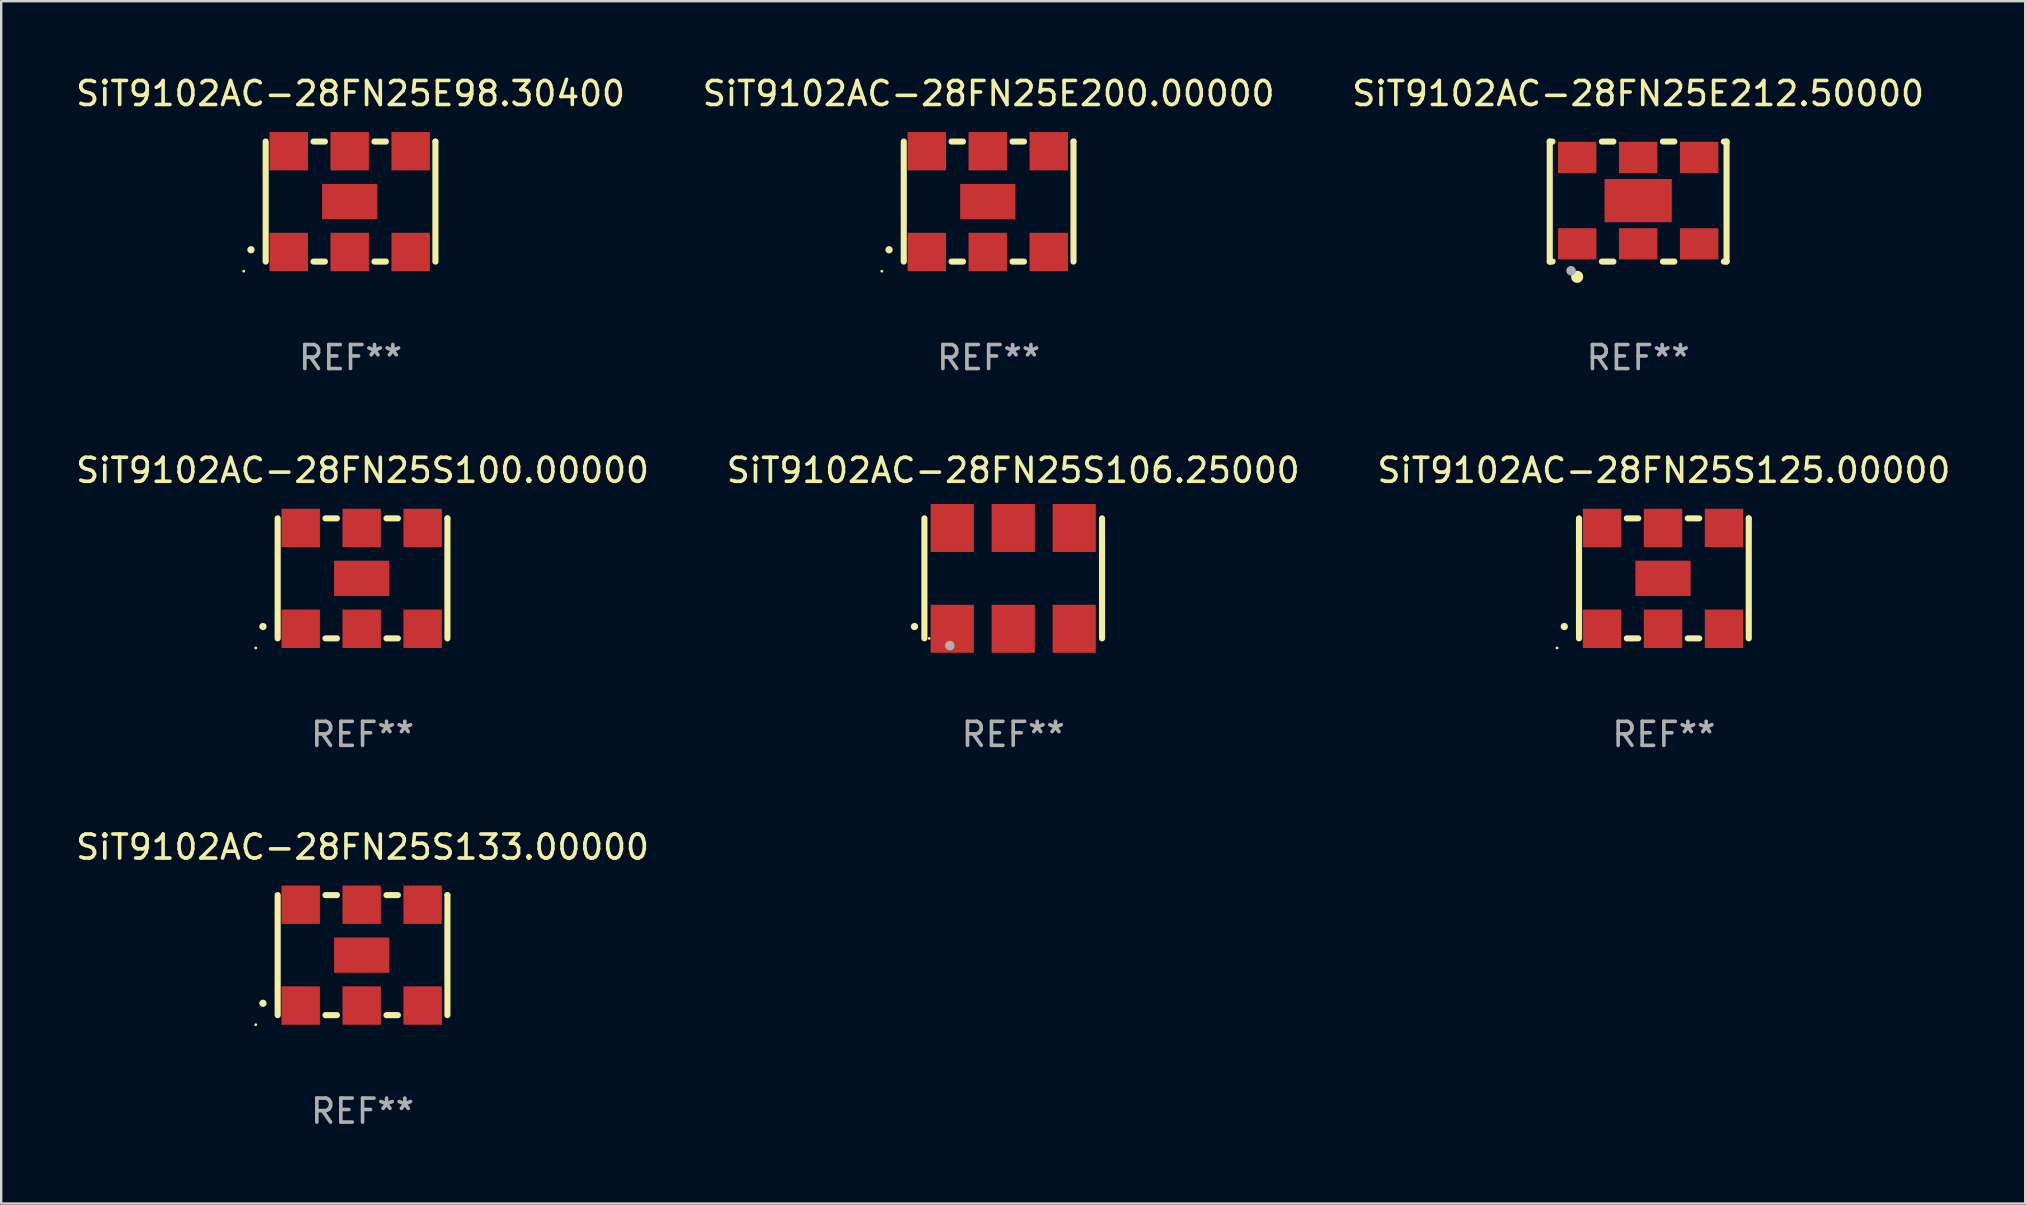
<source format=kicad_pcb>
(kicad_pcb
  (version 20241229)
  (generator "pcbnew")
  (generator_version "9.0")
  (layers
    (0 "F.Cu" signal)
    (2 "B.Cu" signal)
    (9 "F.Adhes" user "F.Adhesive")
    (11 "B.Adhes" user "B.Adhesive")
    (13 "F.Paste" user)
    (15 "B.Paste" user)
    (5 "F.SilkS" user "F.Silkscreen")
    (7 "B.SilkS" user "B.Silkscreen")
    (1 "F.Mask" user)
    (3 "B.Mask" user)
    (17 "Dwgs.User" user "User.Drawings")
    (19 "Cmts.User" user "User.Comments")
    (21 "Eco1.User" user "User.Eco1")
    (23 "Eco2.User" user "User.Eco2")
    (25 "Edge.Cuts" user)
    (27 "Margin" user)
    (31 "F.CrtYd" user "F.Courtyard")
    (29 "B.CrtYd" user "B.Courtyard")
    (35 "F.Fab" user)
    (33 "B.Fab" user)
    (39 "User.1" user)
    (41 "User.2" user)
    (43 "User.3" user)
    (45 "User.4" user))
  (footprint "SiT9102AC-28FN25S133.00000"
    (layer "F.Cu")
    (at 12.054 36.741)
    (property "Reference" "SiT9102AC-28FN25S133.00000" (at 0 -4.5 0) (layer "F.SilkS") (effects (font (size 1 1) (thickness 0.15))))
    (attr through_hole)
    (fp_line (start -3.536 -2.5) (end -3.536 2.5) (stroke (width 0.254) (type solid)) (layer "F.SilkS"))
    (fp_line (start -1.544 2.5) (end -1.067 2.5) (stroke (width 0.254) (type solid)) (layer "F.SilkS"))
    (fp_line (start -1.067 -2.5) (end -1.544 -2.5) (stroke (width 0.254) (type solid)) (layer "F.SilkS"))
    (fp_line (start 0.996 2.5) (end 1.473 2.5) (stroke (width 0.254) (type solid)) (layer "F.SilkS"))
    (fp_line (start 1.473 -2.5) (end 0.996 -2.5) (stroke (width 0.254) (type solid)) (layer "F.SilkS"))
    (fp_line (start 3.536 -2.5) (end 3.536 -2.5) (stroke (width 0.254) (type solid)) (layer "F.SilkS"))
    (fp_line (start 3.536 2.5) (end 3.536 -2.5) (stroke (width 0.254) (type solid)) (layer "F.SilkS"))
    (fp_arc (start -4.150432 2.006604) (mid -4.149162 2.006599) (end -4.147892 2.006604) (stroke (width 0.3) (type solid)) (layer "F.SilkS"))
    (fp_circle (center -4.449 2.9) (end -4.419 2.9) (stroke (width 0.06) (type solid)) (fill no) (layer "F.SilkS"))
    (fp_text user "REF**" (at 0 6.5 0) (layer "F.Fab") (effects (font (size 1 1) (thickness 0.15))))
    (pad "1" smd rect (at -2.576 2.1) (size 1.6 1.6) (layers "F.Cu" "F.Mask" "F.Paste"))
    (pad "2" smd rect (at -0.036 2.1) (size 1.6 1.6) (layers "F.Cu" "F.Mask" "F.Paste"))
    (pad "3" smd rect (at 2.504 2.1) (size 1.6 1.6) (layers "F.Cu" "F.Mask" "F.Paste"))
    (pad "4" smd rect (at 2.504 -2.1) (size 1.6 1.6) (layers "F.Cu" "F.Mask" "F.Paste"))
    (pad "5" smd rect (at -0.036 -2.1) (size 1.6 1.6) (layers "F.Cu" "F.Mask" "F.Paste"))
    (pad "6" smd rect (at -2.576 -2.1) (size 1.6 1.6) (layers "F.Cu" "F.Mask" "F.Paste"))
    (pad "7" smd rect (at -0.036 0) (size 2.3 1.47) (layers "F.Cu" "F.Mask" "F.Paste")))
  (footprint "SiT9102AC-28FN25S125.00000"
    (layer "F.Cu")
    (at 66.268 21.045)
    (property "Reference" "SiT9102AC-28FN25S125.00000" (at 0 -4.5 0) (layer "F.SilkS") (effects (font (size 1 1) (thickness 0.15))))
    (attr through_hole)
    (fp_line (start -3.536 -2.5) (end -3.536 2.5) (stroke (width 0.254) (type solid)) (layer "F.SilkS"))
    (fp_line (start -1.544 2.5) (end -1.067 2.5) (stroke (width 0.254) (type solid)) (layer "F.SilkS"))
    (fp_line (start -1.067 -2.5) (end -1.544 -2.5) (stroke (width 0.254) (type solid)) (layer "F.SilkS"))
    (fp_line (start 0.996 2.5) (end 1.473 2.5) (stroke (width 0.254) (type solid)) (layer "F.SilkS"))
    (fp_line (start 1.473 -2.5) (end 0.996 -2.5) (stroke (width 0.254) (type solid)) (layer "F.SilkS"))
    (fp_line (start 3.536 -2.5) (end 3.536 -2.5) (stroke (width 0.254) (type solid)) (layer "F.SilkS"))
    (fp_line (start 3.536 2.5) (end 3.536 -2.5) (stroke (width 0.254) (type solid)) (layer "F.SilkS"))
    (fp_arc (start -4.150432 2.006604) (mid -4.149162 2.006599) (end -4.147892 2.006604) (stroke (width 0.3) (type solid)) (layer "F.SilkS"))
    (fp_circle (center -4.449 2.9) (end -4.419 2.9) (stroke (width 0.06) (type solid)) (fill no) (layer "F.SilkS"))
    (fp_text user "REF**" (at 0 6.5 0) (layer "F.Fab") (effects (font (size 1 1) (thickness 0.15))))
    (pad "1" smd rect (at -2.576 2.1) (size 1.6 1.6) (layers "F.Cu" "F.Mask" "F.Paste"))
    (pad "2" smd rect (at -0.036 2.1) (size 1.6 1.6) (layers "F.Cu" "F.Mask" "F.Paste"))
    (pad "3" smd rect (at 2.504 2.1) (size 1.6 1.6) (layers "F.Cu" "F.Mask" "F.Paste"))
    (pad "4" smd rect (at 2.504 -2.1) (size 1.6 1.6) (layers "F.Cu" "F.Mask" "F.Paste"))
    (pad "5" smd rect (at -0.036 -2.1) (size 1.6 1.6) (layers "F.Cu" "F.Mask" "F.Paste"))
    (pad "6" smd rect (at -2.576 -2.1) (size 1.6 1.6) (layers "F.Cu" "F.Mask" "F.Paste"))
    (pad "7" smd rect (at -0.036 0) (size 2.3 1.47) (layers "F.Cu" "F.Mask" "F.Paste")))
  (footprint "SiT9102AC-28FN25E98.30400"
    (layer "F.Cu")
    (at 11.554 5.348)
    (property "Reference" "SiT9102AC-28FN25E98.30400" (at 0 -4.5 0) (layer "F.SilkS") (effects (font (size 1 1) (thickness 0.15))))
    (attr through_hole)
    (fp_line (start -3.536 -2.5) (end -3.536 2.5) (stroke (width 0.254) (type solid)) (layer "F.SilkS"))
    (fp_line (start -1.544 2.5) (end -1.067 2.5) (stroke (width 0.254) (type solid)) (layer "F.SilkS"))
    (fp_line (start -1.067 -2.5) (end -1.544 -2.5) (stroke (width 0.254) (type solid)) (layer "F.SilkS"))
    (fp_line (start 0.996 2.5) (end 1.473 2.5) (stroke (width 0.254) (type solid)) (layer "F.SilkS"))
    (fp_line (start 1.473 -2.5) (end 0.996 -2.5) (stroke (width 0.254) (type solid)) (layer "F.SilkS"))
    (fp_line (start 3.536 -2.5) (end 3.536 -2.5) (stroke (width 0.254) (type solid)) (layer "F.SilkS"))
    (fp_line (start 3.536 2.5) (end 3.536 -2.5) (stroke (width 0.254) (type solid)) (layer "F.SilkS"))
    (fp_arc (start -4.150432 2.006604) (mid -4.149162 2.006599) (end -4.147892 2.006604) (stroke (width 0.3) (type solid)) (layer "F.SilkS"))
    (fp_circle (center -4.449 2.9) (end -4.419 2.9) (stroke (width 0.06) (type solid)) (fill no) (layer "F.SilkS"))
    (fp_text user "REF**" (at 0 6.5 0) (layer "F.Fab") (effects (font (size 1 1) (thickness 0.15))))
    (pad "1" smd rect (at -2.576 2.1) (size 1.6 1.6) (layers "F.Cu" "F.Mask" "F.Paste"))
    (pad "2" smd rect (at -0.036 2.1) (size 1.6 1.6) (layers "F.Cu" "F.Mask" "F.Paste"))
    (pad "3" smd rect (at 2.504 2.1) (size 1.6 1.6) (layers "F.Cu" "F.Mask" "F.Paste"))
    (pad "4" smd rect (at 2.504 -2.1) (size 1.6 1.6) (layers "F.Cu" "F.Mask" "F.Paste"))
    (pad "5" smd rect (at -0.036 -2.1) (size 1.6 1.6) (layers "F.Cu" "F.Mask" "F.Paste"))
    (pad "6" smd rect (at -2.576 -2.1) (size 1.6 1.6) (layers "F.Cu" "F.Mask" "F.Paste"))
    (pad "7" smd rect (at -0.036 0) (size 2.3 1.47) (layers "F.Cu" "F.Mask" "F.Paste")))
  (footprint "SiT9102AC-28FN25E200.00000"
    (layer "F.Cu")
    (at 38.137 5.348)
    (property "Reference" "SiT9102AC-28FN25E200.00000" (at 0 -4.5 0) (layer "F.SilkS") (effects (font (size 1 1) (thickness 0.15))))
    (attr through_hole)
    (fp_line (start -3.536 -2.5) (end -3.536 2.5) (stroke (width 0.254) (type solid)) (layer "F.SilkS"))
    (fp_line (start -1.544 2.5) (end -1.067 2.5) (stroke (width 0.254) (type solid)) (layer "F.SilkS"))
    (fp_line (start -1.067 -2.5) (end -1.544 -2.5) (stroke (width 0.254) (type solid)) (layer "F.SilkS"))
    (fp_line (start 0.996 2.5) (end 1.473 2.5) (stroke (width 0.254) (type solid)) (layer "F.SilkS"))
    (fp_line (start 1.473 -2.5) (end 0.996 -2.5) (stroke (width 0.254) (type solid)) (layer "F.SilkS"))
    (fp_line (start 3.536 -2.5) (end 3.536 -2.5) (stroke (width 0.254) (type solid)) (layer "F.SilkS"))
    (fp_line (start 3.536 2.5) (end 3.536 -2.5) (stroke (width 0.254) (type solid)) (layer "F.SilkS"))
    (fp_arc (start -4.150432 2.006604) (mid -4.149162 2.006599) (end -4.147892 2.006604) (stroke (width 0.3) (type solid)) (layer "F.SilkS"))
    (fp_circle (center -4.449 2.9) (end -4.419 2.9) (stroke (width 0.06) (type solid)) (fill no) (layer "F.SilkS"))
    (fp_text user "REF**" (at 0 6.5 0) (layer "F.Fab") (effects (font (size 1 1) (thickness 0.15))))
    (pad "1" smd rect (at -2.576 2.1) (size 1.6 1.6) (layers "F.Cu" "F.Mask" "F.Paste"))
    (pad "2" smd rect (at -0.036 2.1) (size 1.6 1.6) (layers "F.Cu" "F.Mask" "F.Paste"))
    (pad "3" smd rect (at 2.504 2.1) (size 1.6 1.6) (layers "F.Cu" "F.Mask" "F.Paste"))
    (pad "4" smd rect (at 2.504 -2.1) (size 1.6 1.6) (layers "F.Cu" "F.Mask" "F.Paste"))
    (pad "5" smd rect (at -0.036 -2.1) (size 1.6 1.6) (layers "F.Cu" "F.Mask" "F.Paste"))
    (pad "6" smd rect (at -2.576 -2.1) (size 1.6 1.6) (layers "F.Cu" "F.Mask" "F.Paste"))
    (pad "7" smd rect (at -0.036 0) (size 2.3 1.47) (layers "F.Cu" "F.Mask" "F.Paste")))
  (footprint "SiT9102AC-28FN25S106.25000"
    (layer "F.Cu")
    (at 39.161 21.045)
    (property "Reference" "SiT9102AC-28FN25S106.25000" (at 0 -4.5 0) (layer "F.SilkS") (effects (font (size 1 1) (thickness 0.15))))
    (attr through_hole)
    (fp_line (start -3.7 -2.5) (end -3.7 2.5) (stroke (width 0.254) (type solid)) (layer "F.SilkS"))
    (fp_line (start 3.7 -2.5) (end 3.7 2.5) (stroke (width 0.254) (type solid)) (layer "F.SilkS"))
    (fp_arc (start -4.114415 2.006604) (mid -4.113145 2.006599) (end -4.111875 2.006604) (stroke (width 0.3) (type solid)) (layer "F.SilkS"))
    (fp_circle (center -3.5 2.501) (end -3.47 2.501) (stroke (width 0.06) (type solid)) (fill no) (layer "F.SilkS"))
    (fp_circle (center -2.641 2.799) (end -2.541 2.799) (stroke (width 0.2) (type solid)) (fill no) (layer "F.Fab"))
    (fp_text user "REF**" (at 0 6.5 0) (layer "F.Fab") (effects (font (size 1 1) (thickness 0.15))))
    (pad "1" smd rect (at -2.54 2.1) (size 1.8 2) (layers "F.Cu" "F.Mask" "F.Paste"))
    (pad "2" smd rect (at 0.000394 2.1) (size 1.8 2) (layers "F.Cu" "F.Mask" "F.Paste"))
    (pad "3" smd rect (at 2.54 2.1) (size 1.8 2) (layers "F.Cu" "F.Mask" "F.Paste"))
    (pad "4" smd rect (at 2.54 -2.1) (size 1.8 2) (layers "F.Cu" "F.Mask" "F.Paste"))
    (pad "5" smd rect (at 0.000394 -2.1) (size 1.8 2) (layers "F.Cu" "F.Mask" "F.Paste"))
    (pad "6" smd rect (at -2.54 -2.1) (size 1.8 2) (layers "F.Cu" "F.Mask" "F.Paste")))
  (footprint "SiT9102AC-28FN25E212.50000"
    (layer "F.Cu")
    (at 65.196 5.348)
    (property "Reference" "SiT9102AC-28FN25E212.50000" (at 0 -4.5 0) (layer "F.SilkS") (effects (font (size 1 1) (thickness 0.15))))
    (attr through_hole)
    (fp_line (start -3.683 -2.5) (end -3.571 -2.5) (stroke (width 0.254) (type solid)) (layer "F.SilkS"))
    (fp_line (start -3.683 2.5) (end -3.683 -2.5) (stroke (width 0.254) (type solid)) (layer "F.SilkS"))
    (fp_line (start -3.683 2.5) (end -3.571 2.5) (stroke (width 0.254) (type solid)) (layer "F.SilkS"))
    (fp_line (start -1.509 -2.5) (end -1.031 -2.5) (stroke (width 0.254) (type solid)) (layer "F.SilkS"))
    (fp_line (start -1.509 2.5) (end -1.031 2.5) (stroke (width 0.254) (type solid)) (layer "F.SilkS"))
    (fp_line (start 1.031 -2.5) (end 1.509 -2.5) (stroke (width 0.254) (type solid)) (layer "F.SilkS"))
    (fp_line (start 1.031 2.5) (end 1.509 2.5) (stroke (width 0.254) (type solid)) (layer "F.SilkS"))
    (fp_line (start 3.571 -2.5) (end 3.683 -2.5) (stroke (width 0.254) (type solid)) (layer "F.SilkS"))
    (fp_line (start 3.571 2.5) (end 3.683 2.5) (stroke (width 0.254) (type solid)) (layer "F.SilkS"))
    (fp_line (start 3.683 2.5) (end 3.683 -2.5) (stroke (width 0.254) (type solid)) (layer "F.SilkS"))
    (fp_circle (center -3.5 2.46) (end -3.47 2.46) (stroke (width 0.06) (type solid)) (fill no) (layer "F.SilkS"))
    (fp_circle (center -2.54 3.135) (end -2.413 3.135) (stroke (width 0.254) (type solid)) (fill no) (layer "F.SilkS"))
    (fp_circle (center -2.794 2.881) (end -2.694 2.881) (stroke (width 0.2) (type solid)) (fill no) (layer "F.Fab"))
    (fp_text user "REF**" (at 0 6.5 0) (layer "F.Fab") (effects (font (size 1 1) (thickness 0.15))))
    (pad "1" smd rect (at -2.54 1.76) (size 1.6 1.3) (layers "F.Cu" "F.Mask" "F.Paste"))
    (pad "2" smd rect (at 0 1.76) (size 1.6 1.3) (layers "F.Cu" "F.Mask" "F.Paste"))
    (pad "3" smd rect (at 2.54 1.76) (size 1.6 1.3) (layers "F.Cu" "F.Mask" "F.Paste"))
    (pad "4" smd rect (at 2.54 -1.84) (size 1.6 1.3) (layers "F.Cu" "F.Mask" "F.Paste"))
    (pad "5" smd rect (at 0 -1.84) (size 1.6 1.3) (layers "F.Cu" "F.Mask" "F.Paste"))
    (pad "6" smd rect (at -2.54 -1.84) (size 1.6 1.3) (layers "F.Cu" "F.Mask" "F.Paste"))
    (pad "7" smd rect (at 0 -0.04) (size 2.8 1.8) (layers "F.Cu" "F.Mask" "F.Paste")))
  (footprint "SiT9102AC-28FN25S100.00000"
    (layer "F.Cu")
    (at 12.054 21.045)
    (property "Reference" "SiT9102AC-28FN25S100.00000" (at 0 -4.5 0) (layer "F.SilkS") (effects (font (size 1 1) (thickness 0.15))))
    (attr through_hole)
    (fp_line (start -3.536 -2.5) (end -3.536 2.5) (stroke (width 0.254) (type solid)) (layer "F.SilkS"))
    (fp_line (start -1.544 2.5) (end -1.067 2.5) (stroke (width 0.254) (type solid)) (layer "F.SilkS"))
    (fp_line (start -1.067 -2.5) (end -1.544 -2.5) (stroke (width 0.254) (type solid)) (layer "F.SilkS"))
    (fp_line (start 0.996 2.5) (end 1.473 2.5) (stroke (width 0.254) (type solid)) (layer "F.SilkS"))
    (fp_line (start 1.473 -2.5) (end 0.996 -2.5) (stroke (width 0.254) (type solid)) (layer "F.SilkS"))
    (fp_line (start 3.536 -2.5) (end 3.536 -2.5) (stroke (width 0.254) (type solid)) (layer "F.SilkS"))
    (fp_line (start 3.536 2.5) (end 3.536 -2.5) (stroke (width 0.254) (type solid)) (layer "F.SilkS"))
    (fp_arc (start -4.150432 2.006604) (mid -4.149162 2.006599) (end -4.147892 2.006604) (stroke (width 0.3) (type solid)) (layer "F.SilkS"))
    (fp_circle (center -4.449 2.9) (end -4.419 2.9) (stroke (width 0.06) (type solid)) (fill no) (layer "F.SilkS"))
    (fp_text user "REF**" (at 0 6.5 0) (layer "F.Fab") (effects (font (size 1 1) (thickness 0.15))))
    (pad "1" smd rect (at -2.576 2.1) (size 1.6 1.6) (layers "F.Cu" "F.Mask" "F.Paste"))
    (pad "2" smd rect (at -0.036 2.1) (size 1.6 1.6) (layers "F.Cu" "F.Mask" "F.Paste"))
    (pad "3" smd rect (at 2.504 2.1) (size 1.6 1.6) (layers "F.Cu" "F.Mask" "F.Paste"))
    (pad "4" smd rect (at 2.504 -2.1) (size 1.6 1.6) (layers "F.Cu" "F.Mask" "F.Paste"))
    (pad "5" smd rect (at -0.036 -2.1) (size 1.6 1.6) (layers "F.Cu" "F.Mask" "F.Paste"))
    (pad "6" smd rect (at -2.576 -2.1) (size 1.6 1.6) (layers "F.Cu" "F.Mask" "F.Paste"))
    (pad "7" smd rect (at -0.036 0) (size 2.3 1.47) (layers "F.Cu" "F.Mask" "F.Paste")))
  (gr_rect
    (start -3 -3)
    (end 81.321 47.09)
    (stroke (width 0.1) (type default))
    (fill no)
    (layer "Edge.Cuts")))
</source>
